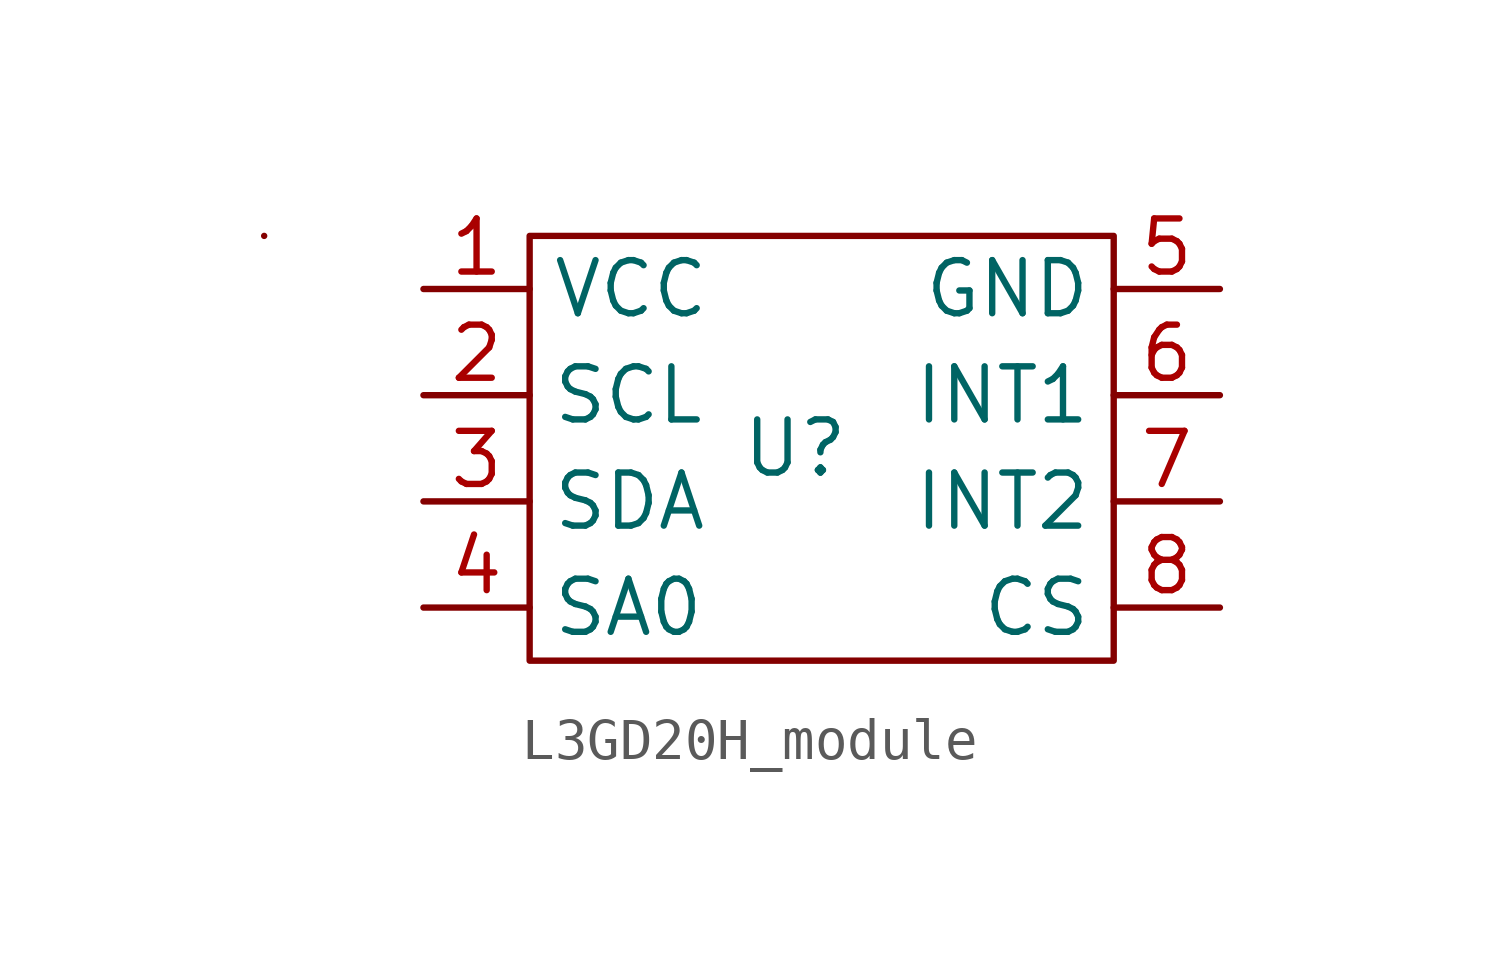
<source format=kicad_sym>
(kicad_symbol_lib
  (version 20220914)
  (generator kicad_symbol_editor)
  (symbol "L3GD20H_module"
    (property "Reference" "U"
      (at 0 0 0)
      (effects (font (size 1.27 1.27))))
    (property "Value" ""
      (at -2.54 -2.54 0)
      (effects (font (size 1.27 1.27))))
    (symbol "L3GD20H_module_0_1"
      (rectangle (start -12.7 5.08) (end -12.7 5.08) (stroke (width 0) (type default)) (fill (type none)))
      (rectangle (start -6.35 5.08) (end 7.62 -5.08) (stroke (width 0) (type default)) (fill (type none))))
    (symbol "L3GD20H_module_1_1"
      (pin power_in line (at -8.89 3.81 0) (length 2.54) (name "VCC" (effects (font (size 1.27 1.27)))) (number "1" (effects (font (size 1.27 1.27)))))
      (pin output line (at -8.89 1.27 0) (length 2.54) (name "SCL" (effects (font (size 1.27 1.27)))) (number "2" (effects (font (size 1.27 1.27)))))
      (pin output line (at -8.89 -1.27 0) (length 2.54) (name "SDA" (effects (font (size 1.27 1.27)))) (number "3" (effects (font (size 1.27 1.27)))))
      (pin output line (at -8.89 -3.81 0) (length 2.54) (name "SA0" (effects (font (size 1.27 1.27)))) (number "4" (effects (font (size 1.27 1.27)))))
      (pin output line (at 10.16 3.81 180) (length 2.54) (name "GND" (effects (font (size 1.27 1.27)))) (number "5" (effects (font (size 1.27 1.27)))))
      (pin output line (at 10.16 1.27 180) (length 2.54) (name "INT1" (effects (font (size 1.27 1.27)))) (number "6" (effects (font (size 1.27 1.27)))))
      (pin output line (at 10.16 -1.27 180) (length 2.54) (name "INT2" (effects (font (size 1.27 1.27)))) (number "7" (effects (font (size 1.27 1.27)))))
      (pin output line (at 10.16 -3.81 180) (length 2.54) (name "CS" (effects (font (size 1.27 1.27)))) (number "8" (effects (font (size 1.27 1.27))))))))
</source>
